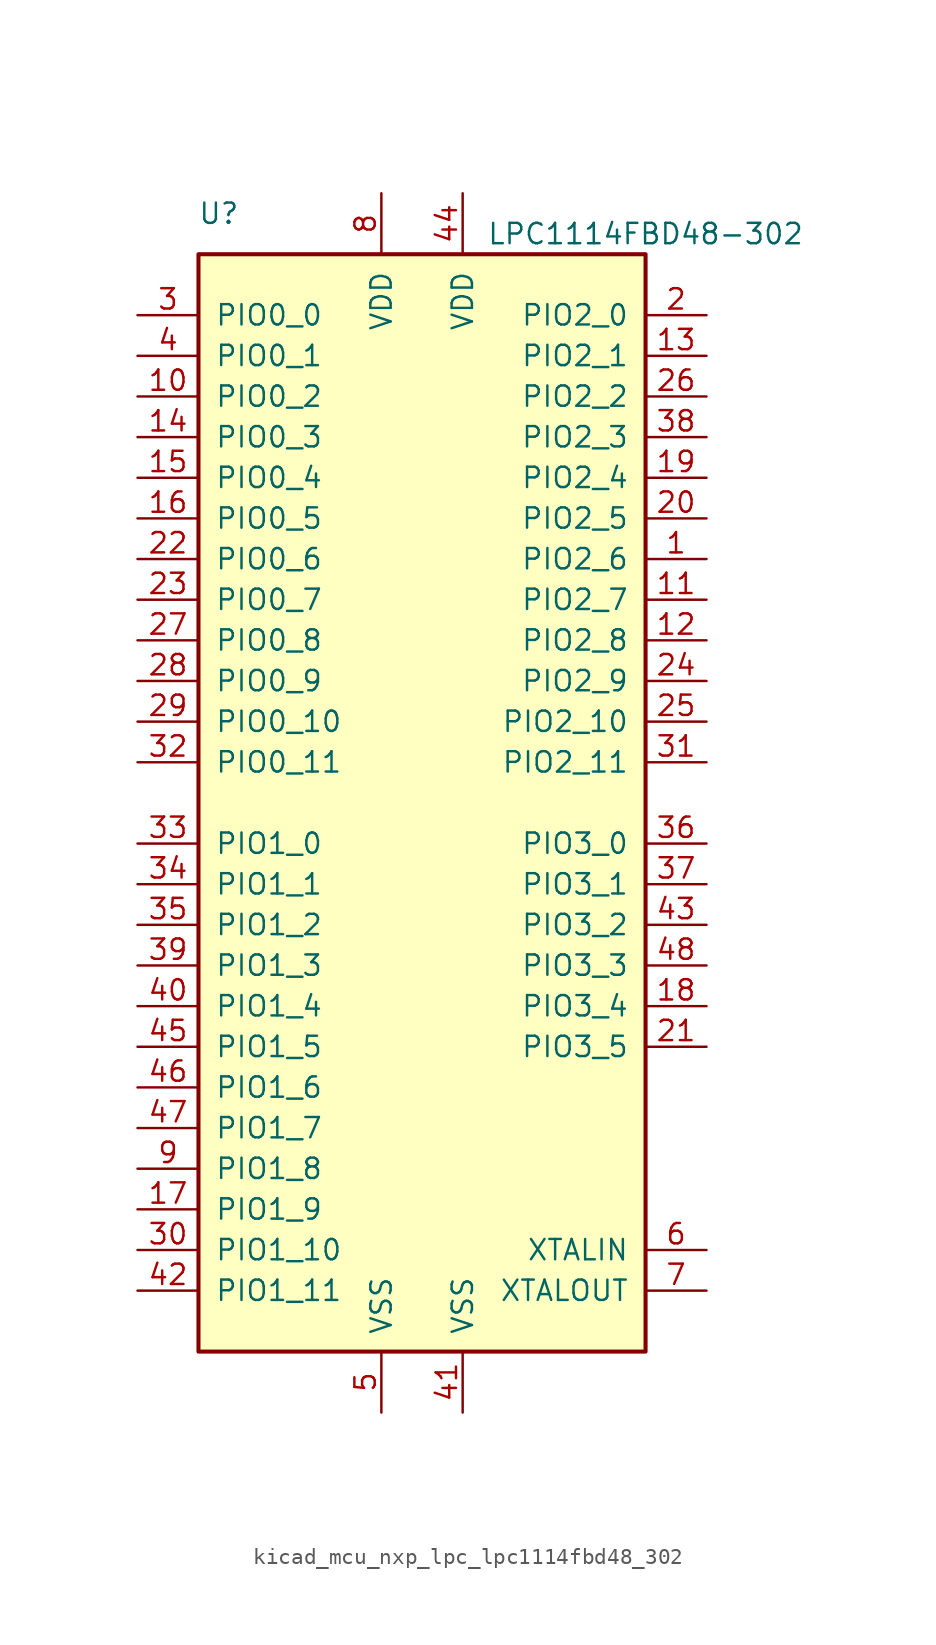
<source format=kicad_sym>
(kicad_symbol_lib
  (version 20220914)
  (generator kicad_symbol_editor)
  (symbol "kicad_mcu_nxp_lpc_lpc1114fbd48_302"
    (pin_names
      (offset 1.016))
    (property "Reference" "U"
      (at -12.7 36.83 0)
      (effects (font (size 1.27 1.27))))
    (property "Value" "LPC1114FBD48-302"
      (at 13.97 35.56 0)
      (effects (font (size 1.27 1.27))))
    (symbol "kicad_mcu_nxp_lpc_lpc1114fbd48_302_0_1"
      (rectangle (start -13.97 34.29) (end 13.97 -34.29) (stroke (width 0.254) (type default)) (fill (type background))))
    (symbol "kicad_mcu_nxp_lpc_lpc1114fbd48_302_1_1"
      (pin bidirectional line (at 17.78 15.24 180) (length 3.81) (name "PIO2_6" (effects (font (size 1.27 1.27)))) (number "1" (effects (font (size 1.27 1.27)))))
      (pin bidirectional line (at -17.78 25.4 0) (length 3.81) (name "PIO0_2" (effects (font (size 1.27 1.27)))) (number "10" (effects (font (size 1.27 1.27)))))
      (pin bidirectional line (at 17.78 12.7 180) (length 3.81) (name "PIO2_7" (effects (font (size 1.27 1.27)))) (number "11" (effects (font (size 1.27 1.27)))))
      (pin bidirectional line (at 17.78 10.16 180) (length 3.81) (name "PIO2_8" (effects (font (size 1.27 1.27)))) (number "12" (effects (font (size 1.27 1.27)))))
      (pin bidirectional line (at 17.78 27.94 180) (length 3.81) (name "PIO2_1" (effects (font (size 1.27 1.27)))) (number "13" (effects (font (size 1.27 1.27)))))
      (pin bidirectional line (at -17.78 22.86 0) (length 3.81) (name "PIO0_3" (effects (font (size 1.27 1.27)))) (number "14" (effects (font (size 1.27 1.27)))))
      (pin bidirectional line (at -17.78 20.32 0) (length 3.81) (name "PIO0_4" (effects (font (size 1.27 1.27)))) (number "15" (effects (font (size 1.27 1.27)))))
      (pin bidirectional line (at -17.78 17.78 0) (length 3.81) (name "PIO0_5" (effects (font (size 1.27 1.27)))) (number "16" (effects (font (size 1.27 1.27)))))
      (pin bidirectional line (at -17.78 -25.4 0) (length 3.81) (name "PIO1_9" (effects (font (size 1.27 1.27)))) (number "17" (effects (font (size 1.27 1.27)))))
      (pin bidirectional line (at 17.78 -12.7 180) (length 3.81) (name "PIO3_4" (effects (font (size 1.27 1.27)))) (number "18" (effects (font (size 1.27 1.27)))))
      (pin bidirectional line (at 17.78 20.32 180) (length 3.81) (name "PIO2_4" (effects (font (size 1.27 1.27)))) (number "19" (effects (font (size 1.27 1.27)))))
      (pin bidirectional line (at 17.78 30.48 180) (length 3.81) (name "PIO2_0" (effects (font (size 1.27 1.27)))) (number "2" (effects (font (size 1.27 1.27)))))
      (pin bidirectional line (at 17.78 17.78 180) (length 3.81) (name "PIO2_5" (effects (font (size 1.27 1.27)))) (number "20" (effects (font (size 1.27 1.27)))))
      (pin bidirectional line (at 17.78 -15.24 180) (length 3.81) (name "PIO3_5" (effects (font (size 1.27 1.27)))) (number "21" (effects (font (size 1.27 1.27)))))
      (pin bidirectional line (at -17.78 15.24 0) (length 3.81) (name "PIO0_6" (effects (font (size 1.27 1.27)))) (number "22" (effects (font (size 1.27 1.27)))))
      (pin bidirectional line (at -17.78 12.7 0) (length 3.81) (name "PIO0_7" (effects (font (size 1.27 1.27)))) (number "23" (effects (font (size 1.27 1.27)))))
      (pin bidirectional line (at 17.78 7.62 180) (length 3.81) (name "PIO2_9" (effects (font (size 1.27 1.27)))) (number "24" (effects (font (size 1.27 1.27)))))
      (pin bidirectional line (at 17.78 5.08 180) (length 3.81) (name "PIO2_10" (effects (font (size 1.27 1.27)))) (number "25" (effects (font (size 1.27 1.27)))))
      (pin bidirectional line (at 17.78 25.4 180) (length 3.81) (name "PIO2_2" (effects (font (size 1.27 1.27)))) (number "26" (effects (font (size 1.27 1.27)))))
      (pin bidirectional line (at -17.78 10.16 0) (length 3.81) (name "PIO0_8" (effects (font (size 1.27 1.27)))) (number "27" (effects (font (size 1.27 1.27)))))
      (pin bidirectional line (at -17.78 7.62 0) (length 3.81) (name "PIO0_9" (effects (font (size 1.27 1.27)))) (number "28" (effects (font (size 1.27 1.27)))))
      (pin bidirectional line (at -17.78 5.08 0) (length 3.81) (name "PIO0_10" (effects (font (size 1.27 1.27)))) (number "29" (effects (font (size 1.27 1.27)))))
      (pin bidirectional line (at -17.78 30.48 0) (length 3.81) (name "PIO0_0" (effects (font (size 1.27 1.27)))) (number "3" (effects (font (size 1.27 1.27)))))
      (pin bidirectional line (at -17.78 -27.94 0) (length 3.81) (name "PIO1_10" (effects (font (size 1.27 1.27)))) (number "30" (effects (font (size 1.27 1.27)))))
      (pin bidirectional line (at 17.78 2.54 180) (length 3.81) (name "PIO2_11" (effects (font (size 1.27 1.27)))) (number "31" (effects (font (size 1.27 1.27)))))
      (pin bidirectional line (at -17.78 2.54 0) (length 3.81) (name "PIO0_11" (effects (font (size 1.27 1.27)))) (number "32" (effects (font (size 1.27 1.27)))))
      (pin bidirectional line (at -17.78 -2.54 0) (length 3.81) (name "PIO1_0" (effects (font (size 1.27 1.27)))) (number "33" (effects (font (size 1.27 1.27)))))
      (pin bidirectional line (at -17.78 -5.08 0) (length 3.81) (name "PIO1_1" (effects (font (size 1.27 1.27)))) (number "34" (effects (font (size 1.27 1.27)))))
      (pin bidirectional line (at -17.78 -7.62 0) (length 3.81) (name "PIO1_2" (effects (font (size 1.27 1.27)))) (number "35" (effects (font (size 1.27 1.27)))))
      (pin bidirectional line (at 17.78 -2.54 180) (length 3.81) (name "PIO3_0" (effects (font (size 1.27 1.27)))) (number "36" (effects (font (size 1.27 1.27)))))
      (pin bidirectional line (at 17.78 -5.08 180) (length 3.81) (name "PIO3_1" (effects (font (size 1.27 1.27)))) (number "37" (effects (font (size 1.27 1.27)))))
      (pin bidirectional line (at 17.78 22.86 180) (length 3.81) (name "PIO2_3" (effects (font (size 1.27 1.27)))) (number "38" (effects (font (size 1.27 1.27)))))
      (pin bidirectional line (at -17.78 -10.16 0) (length 3.81) (name "PIO1_3" (effects (font (size 1.27 1.27)))) (number "39" (effects (font (size 1.27 1.27)))))
      (pin bidirectional line (at -17.78 27.94 0) (length 3.81) (name "PIO0_1" (effects (font (size 1.27 1.27)))) (number "4" (effects (font (size 1.27 1.27)))))
      (pin bidirectional line (at -17.78 -12.7 0) (length 3.81) (name "PIO1_4" (effects (font (size 1.27 1.27)))) (number "40" (effects (font (size 1.27 1.27)))))
      (pin power_in line (at 2.54 -38.1 90) (length 3.81) (name "VSS" (effects (font (size 1.27 1.27)))) (number "41" (effects (font (size 1.27 1.27)))))
      (pin bidirectional line (at -17.78 -30.48 0) (length 3.81) (name "PIO1_11" (effects (font (size 1.27 1.27)))) (number "42" (effects (font (size 1.27 1.27)))))
      (pin bidirectional line (at 17.78 -7.62 180) (length 3.81) (name "PIO3_2" (effects (font (size 1.27 1.27)))) (number "43" (effects (font (size 1.27 1.27)))))
      (pin power_in line (at 2.54 38.1 270) (length 3.81) (name "VDD" (effects (font (size 1.27 1.27)))) (number "44" (effects (font (size 1.27 1.27)))))
      (pin bidirectional line (at -17.78 -15.24 0) (length 3.81) (name "PIO1_5" (effects (font (size 1.27 1.27)))) (number "45" (effects (font (size 1.27 1.27)))))
      (pin bidirectional line (at -17.78 -17.78 0) (length 3.81) (name "PIO1_6" (effects (font (size 1.27 1.27)))) (number "46" (effects (font (size 1.27 1.27)))))
      (pin bidirectional line (at -17.78 -20.32 0) (length 3.81) (name "PIO1_7" (effects (font (size 1.27 1.27)))) (number "47" (effects (font (size 1.27 1.27)))))
      (pin bidirectional line (at 17.78 -10.16 180) (length 3.81) (name "PIO3_3" (effects (font (size 1.27 1.27)))) (number "48" (effects (font (size 1.27 1.27)))))
      (pin power_in line (at -2.54 -38.1 90) (length 3.81) (name "VSS" (effects (font (size 1.27 1.27)))) (number "5" (effects (font (size 1.27 1.27)))))
      (pin input line (at 17.78 -27.94 180) (length 3.81) (name "XTALIN" (effects (font (size 1.27 1.27)))) (number "6" (effects (font (size 1.27 1.27)))))
      (pin output line (at 17.78 -30.48 180) (length 3.81) (name "XTALOUT" (effects (font (size 1.27 1.27)))) (number "7" (effects (font (size 1.27 1.27)))))
      (pin power_in line (at -2.54 38.1 270) (length 3.81) (name "VDD" (effects (font (size 1.27 1.27)))) (number "8" (effects (font (size 1.27 1.27)))))
      (pin bidirectional line (at -17.78 -22.86 0) (length 3.81) (name "PIO1_8" (effects (font (size 1.27 1.27)))) (number "9" (effects (font (size 1.27 1.27))))))))
</source>
